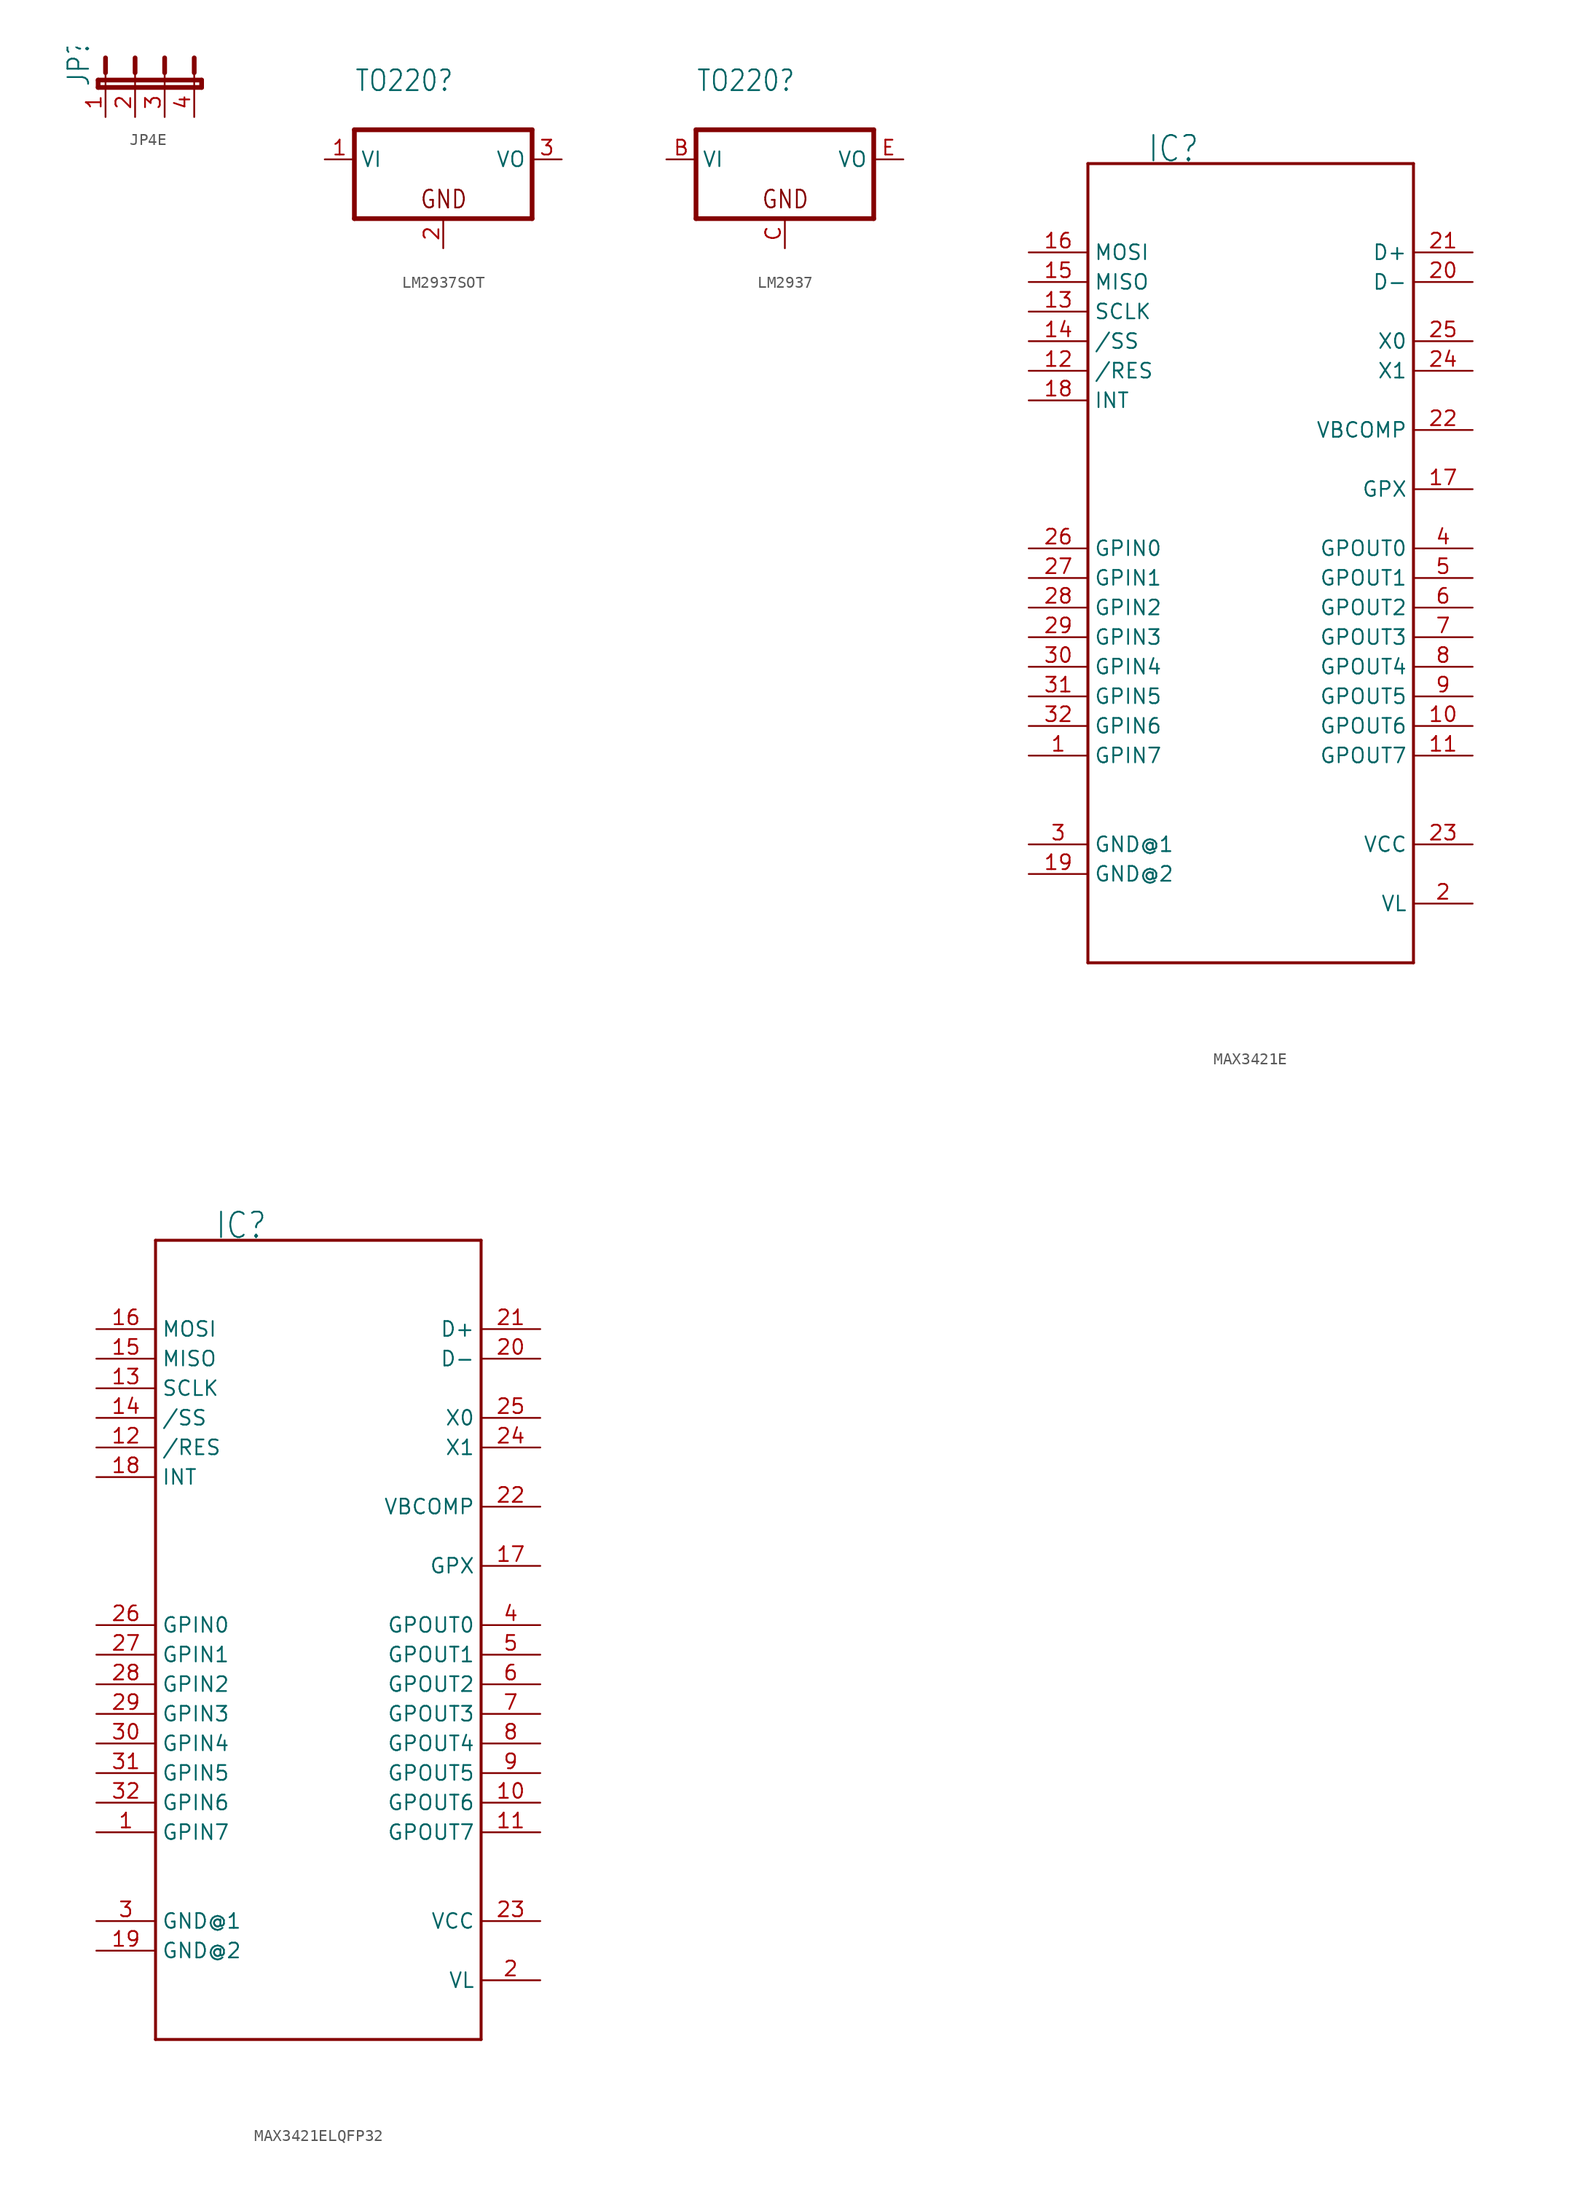
<source format=kicad_sym>
(kicad_symbol_lib
  (version 20220914)
  (generator kicad_symbol_editor)
  (symbol "JP4E"
    (property "Reference" "JP"
      (at -3.81 0 90)
      (effects (font (size 1.778 1.511)) (justify left bottom)))
    (property "Value" ""
      (at 8.255 0 90)
      (effects (font (size 1.778 1.511)) (justify left bottom)))
    (property "ki_locked" ""
      (at 0 0 0)
      (effects (font (size 1.27 1.27))))
    (symbol "JP4E_1_0"
      (polyline (pts (xy -3.175 0) (xy 5.08 0)) (stroke (width 0.406) (type solid)) (fill (type none)))
      (polyline (pts (xy -3.175 0.635) (xy -3.175 0)) (stroke (width 0.406) (type solid)) (fill (type none)))
      (polyline (pts (xy -2.54 0) (xy -2.54 1.27)) (stroke (width 0.152) (type solid)) (fill (type none)))
      (polyline (pts (xy -2.54 2.54) (xy -2.54 1.27)) (stroke (width 0.406) (type solid)) (fill (type none)))
      (polyline (pts (xy 0 0) (xy 0 1.27)) (stroke (width 0.152) (type solid)) (fill (type none)))
      (polyline (pts (xy 0 2.54) (xy 0 1.27)) (stroke (width 0.406) (type solid)) (fill (type none)))
      (polyline (pts (xy 2.54 0) (xy 2.54 1.27)) (stroke (width 0.152) (type solid)) (fill (type none)))
      (polyline (pts (xy 2.54 2.54) (xy 2.54 1.27)) (stroke (width 0.406) (type solid)) (fill (type none)))
      (polyline (pts (xy 5.08 0) (xy 5.08 1.27)) (stroke (width 0.152) (type solid)) (fill (type none)))
      (polyline (pts (xy 5.08 0) (xy 5.715 0)) (stroke (width 0.406) (type solid)) (fill (type none)))
      (polyline (pts (xy 5.08 2.54) (xy 5.08 1.27)) (stroke (width 0.406) (type solid)) (fill (type none)))
      (polyline (pts (xy 5.715 0) (xy 5.715 0.635)) (stroke (width 0.406) (type solid)) (fill (type none)))
      (polyline (pts (xy 5.715 0.635) (xy -3.175 0.635)) (stroke (width 0.406) (type solid)) (fill (type none)))
      (pin passive line (at -2.54 -2.54 90) (length 2.54) (name "1" (effects (font (size 0 0)))) (number "1" (effects (font (size 1.27 1.27)))))
      (pin passive line (at 0 -2.54 90) (length 2.54) (name "2" (effects (font (size 0 0)))) (number "2" (effects (font (size 1.27 1.27)))))
      (pin passive line (at 2.54 -2.54 90) (length 2.54) (name "3" (effects (font (size 0 0)))) (number "3" (effects (font (size 1.27 1.27)))))
      (pin passive line (at 5.08 -2.54 90) (length 2.54) (name "4" (effects (font (size 0 0)))) (number "4" (effects (font (size 1.27 1.27)))))))
  (symbol "LM2937SOT"
    (property "Reference" "TO220"
      (at -7.62 8.255 0)
      (effects (font (size 1.778 1.511)) (justify left bottom)))
    (property "Value" ""
      (at -7.62 5.715 0)
      (effects (font (size 1.778 1.511)) (justify left bottom)))
    (property "ki_locked" ""
      (at 0 0 0)
      (effects (font (size 1.27 1.27))))
    (symbol "LM2937SOT_1_0"
      (polyline (pts (xy -7.62 -2.54) (xy 7.62 -2.54)) (stroke (width 0.406) (type solid)) (fill (type none)))
      (polyline (pts (xy -7.62 5.08) (xy -7.62 -2.54)) (stroke (width 0.406) (type solid)) (fill (type none)))
      (polyline (pts (xy 7.62 -2.54) (xy 7.62 5.08)) (stroke (width 0.406) (type solid)) (fill (type none)))
      (polyline (pts (xy 7.62 5.08) (xy -7.62 5.08)) (stroke (width 0.406) (type solid)) (fill (type none)))
      (text "GND" (at -2.032 -1.778 0) (effects (font (size 1.524 1.295)) (justify left bottom)))
      (pin input line (at -10.16 2.54 0) (length 2.54) (name "VI" (effects (font (size 1.27 1.27)))) (number "1" (effects (font (size 1.27 1.27)))))
      (pin passive line (at 0 -5.08 90) (length 2.54) (name "GND" (effects (font (size 0 0)))) (number "2" (effects (font (size 1.27 1.27)))))
      (pin passive line (at 10.16 2.54 180) (length 2.54) (name "VO" (effects (font (size 1.27 1.27)))) (number "3" (effects (font (size 1.27 1.27)))))))
  (symbol "LM2937"
    (property "Reference" "TO220"
      (at -7.62 8.255 0)
      (effects (font (size 1.778 1.511)) (justify left bottom)))
    (property "Value" ""
      (at -7.62 5.715 0)
      (effects (font (size 1.778 1.511)) (justify left bottom)))
    (property "ki_locked" ""
      (at 0 0 0)
      (effects (font (size 1.27 1.27))))
    (symbol "LM2937_1_0"
      (polyline (pts (xy -7.62 -2.54) (xy 7.62 -2.54)) (stroke (width 0.406) (type solid)) (fill (type none)))
      (polyline (pts (xy -7.62 5.08) (xy -7.62 -2.54)) (stroke (width 0.406) (type solid)) (fill (type none)))
      (polyline (pts (xy 7.62 -2.54) (xy 7.62 5.08)) (stroke (width 0.406) (type solid)) (fill (type none)))
      (polyline (pts (xy 7.62 5.08) (xy -7.62 5.08)) (stroke (width 0.406) (type solid)) (fill (type none)))
      (text "GND" (at -2.032 -1.778 0) (effects (font (size 1.524 1.295)) (justify left bottom)))
      (pin input line (at -10.16 2.54 0) (length 2.54) (name "VI" (effects (font (size 1.27 1.27)))) (number "B" (effects (font (size 1.27 1.27)))))
      (pin passive line (at 0 -5.08 90) (length 2.54) (name "GND" (effects (font (size 0 0)))) (number "C" (effects (font (size 1.27 1.27)))))
      (pin passive line (at 10.16 2.54 180) (length 2.54) (name "VO" (effects (font (size 1.27 1.27)))) (number "E" (effects (font (size 1.27 1.27)))))))
  (symbol "MAX3421E"
    (property "Reference" "IC"
      (at -15.24 22.86 0)
      (effects (font (size 2.184 1.857)) (justify left bottom)))
    (property "Value" ""
      (at -5.08 -17.78 90)
      (effects (font (size 2.184 1.857)) (justify left bottom)))
    (property "ki_locked" ""
      (at 0 0 0)
      (effects (font (size 1.27 1.27))))
    (symbol "MAX3421E_1_0"
      (polyline (pts (xy -20.32 -45.72) (xy -20.32 22.86)) (stroke (width 0.254) (type solid)) (fill (type none)))
      (polyline (pts (xy -20.32 22.86) (xy 7.62 22.86)) (stroke (width 0.254) (type solid)) (fill (type none)))
      (polyline (pts (xy 7.62 -45.72) (xy -20.32 -45.72)) (stroke (width 0.254) (type solid)) (fill (type none)))
      (polyline (pts (xy 7.62 22.86) (xy 7.62 -45.72)) (stroke (width 0.254) (type solid)) (fill (type none)))
      (pin input line (at -25.4 -27.94 0) (length 5.08) (name "GPIN7" (effects (font (size 1.27 1.27)))) (number "1" (effects (font (size 1.27 1.27)))))
      (pin output line (at 12.7 -25.4 180) (length 5.08) (name "GPOUT6" (effects (font (size 1.27 1.27)))) (number "10" (effects (font (size 1.27 1.27)))))
      (pin output line (at 12.7 -27.94 180) (length 5.08) (name "GPOUT7" (effects (font (size 1.27 1.27)))) (number "11" (effects (font (size 1.27 1.27)))))
      (pin input line (at -25.4 5.08 0) (length 5.08) (name "/RES" (effects (font (size 1.27 1.27)))) (number "12" (effects (font (size 1.27 1.27)))))
      (pin input line (at -25.4 10.16 0) (length 5.08) (name "SCLK" (effects (font (size 1.27 1.27)))) (number "13" (effects (font (size 1.27 1.27)))))
      (pin input line (at -25.4 7.62 0) (length 5.08) (name "/SS" (effects (font (size 1.27 1.27)))) (number "14" (effects (font (size 1.27 1.27)))))
      (pin output line (at -25.4 12.7 0) (length 5.08) (name "MISO" (effects (font (size 1.27 1.27)))) (number "15" (effects (font (size 1.27 1.27)))))
      (pin input line (at -25.4 15.24 0) (length 5.08) (name "MOSI" (effects (font (size 1.27 1.27)))) (number "16" (effects (font (size 1.27 1.27)))))
      (pin bidirectional line (at 12.7 -5.08 180) (length 5.08) (name "GPX" (effects (font (size 1.27 1.27)))) (number "17" (effects (font (size 1.27 1.27)))))
      (pin output line (at -25.4 2.54 0) (length 5.08) (name "INT" (effects (font (size 1.27 1.27)))) (number "18" (effects (font (size 1.27 1.27)))))
      (pin power_in line (at -25.4 -38.1 0) (length 5.08) (name "GND@2" (effects (font (size 1.27 1.27)))) (number "19" (effects (font (size 1.27 1.27)))))
      (pin power_in line (at 12.7 -40.64 180) (length 5.08) (name "VL" (effects (font (size 1.27 1.27)))) (number "2" (effects (font (size 1.27 1.27)))))
      (pin bidirectional line (at 12.7 12.7 180) (length 5.08) (name "D-" (effects (font (size 1.27 1.27)))) (number "20" (effects (font (size 1.27 1.27)))))
      (pin bidirectional line (at 12.7 15.24 180) (length 5.08) (name "D+" (effects (font (size 1.27 1.27)))) (number "21" (effects (font (size 1.27 1.27)))))
      (pin bidirectional line (at 12.7 0 180) (length 5.08) (name "VBCOMP" (effects (font (size 1.27 1.27)))) (number "22" (effects (font (size 1.27 1.27)))))
      (pin power_in line (at 12.7 -35.56 180) (length 5.08) (name "VCC" (effects (font (size 1.27 1.27)))) (number "23" (effects (font (size 1.27 1.27)))))
      (pin bidirectional line (at 12.7 5.08 180) (length 5.08) (name "X1" (effects (font (size 1.27 1.27)))) (number "24" (effects (font (size 1.27 1.27)))))
      (pin bidirectional line (at 12.7 7.62 180) (length 5.08) (name "X0" (effects (font (size 1.27 1.27)))) (number "25" (effects (font (size 1.27 1.27)))))
      (pin input line (at -25.4 -10.16 0) (length 5.08) (name "GPIN0" (effects (font (size 1.27 1.27)))) (number "26" (effects (font (size 1.27 1.27)))))
      (pin input line (at -25.4 -12.7 0) (length 5.08) (name "GPIN1" (effects (font (size 1.27 1.27)))) (number "27" (effects (font (size 1.27 1.27)))))
      (pin input line (at -25.4 -15.24 0) (length 5.08) (name "GPIN2" (effects (font (size 1.27 1.27)))) (number "28" (effects (font (size 1.27 1.27)))))
      (pin input line (at -25.4 -17.78 0) (length 5.08) (name "GPIN3" (effects (font (size 1.27 1.27)))) (number "29" (effects (font (size 1.27 1.27)))))
      (pin power_in line (at -25.4 -35.56 0) (length 5.08) (name "GND@1" (effects (font (size 1.27 1.27)))) (number "3" (effects (font (size 1.27 1.27)))))
      (pin input line (at -25.4 -20.32 0) (length 5.08) (name "GPIN4" (effects (font (size 1.27 1.27)))) (number "30" (effects (font (size 1.27 1.27)))))
      (pin input line (at -25.4 -22.86 0) (length 5.08) (name "GPIN5" (effects (font (size 1.27 1.27)))) (number "31" (effects (font (size 1.27 1.27)))))
      (pin input line (at -25.4 -25.4 0) (length 5.08) (name "GPIN6" (effects (font (size 1.27 1.27)))) (number "32" (effects (font (size 1.27 1.27)))))
      (pin output line (at 12.7 -10.16 180) (length 5.08) (name "GPOUT0" (effects (font (size 1.27 1.27)))) (number "4" (effects (font (size 1.27 1.27)))))
      (pin output line (at 12.7 -12.7 180) (length 5.08) (name "GPOUT1" (effects (font (size 1.27 1.27)))) (number "5" (effects (font (size 1.27 1.27)))))
      (pin output line (at 12.7 -15.24 180) (length 5.08) (name "GPOUT2" (effects (font (size 1.27 1.27)))) (number "6" (effects (font (size 1.27 1.27)))))
      (pin output line (at 12.7 -17.78 180) (length 5.08) (name "GPOUT3" (effects (font (size 1.27 1.27)))) (number "7" (effects (font (size 1.27 1.27)))))
      (pin output line (at 12.7 -20.32 180) (length 5.08) (name "GPOUT4" (effects (font (size 1.27 1.27)))) (number "8" (effects (font (size 1.27 1.27)))))
      (pin output line (at 12.7 -22.86 180) (length 5.08) (name "GPOUT5" (effects (font (size 1.27 1.27)))) (number "9" (effects (font (size 1.27 1.27)))))))
  (symbol "MAX3421ELQFP32"
    (property "Reference" "IC"
      (at -15.24 22.86 0)
      (effects (font (size 2.184 1.857)) (justify left bottom)))
    (property "Value" ""
      (at -5.08 -17.78 90)
      (effects (font (size 2.184 1.857)) (justify left bottom)))
    (property "ki_locked" ""
      (at 0 0 0)
      (effects (font (size 1.27 1.27))))
    (symbol "MAX3421ELQFP32_1_0"
      (polyline (pts (xy -20.32 -45.72) (xy -20.32 22.86)) (stroke (width 0.254) (type solid)) (fill (type none)))
      (polyline (pts (xy -20.32 22.86) (xy 7.62 22.86)) (stroke (width 0.254) (type solid)) (fill (type none)))
      (polyline (pts (xy 7.62 -45.72) (xy -20.32 -45.72)) (stroke (width 0.254) (type solid)) (fill (type none)))
      (polyline (pts (xy 7.62 22.86) (xy 7.62 -45.72)) (stroke (width 0.254) (type solid)) (fill (type none)))
      (pin input line (at -25.4 -27.94 0) (length 5.08) (name "GPIN7" (effects (font (size 1.27 1.27)))) (number "1" (effects (font (size 1.27 1.27)))))
      (pin output line (at 12.7 -25.4 180) (length 5.08) (name "GPOUT6" (effects (font (size 1.27 1.27)))) (number "10" (effects (font (size 1.27 1.27)))))
      (pin output line (at 12.7 -27.94 180) (length 5.08) (name "GPOUT7" (effects (font (size 1.27 1.27)))) (number "11" (effects (font (size 1.27 1.27)))))
      (pin input line (at -25.4 5.08 0) (length 5.08) (name "/RES" (effects (font (size 1.27 1.27)))) (number "12" (effects (font (size 1.27 1.27)))))
      (pin input line (at -25.4 10.16 0) (length 5.08) (name "SCLK" (effects (font (size 1.27 1.27)))) (number "13" (effects (font (size 1.27 1.27)))))
      (pin input line (at -25.4 7.62 0) (length 5.08) (name "/SS" (effects (font (size 1.27 1.27)))) (number "14" (effects (font (size 1.27 1.27)))))
      (pin output line (at -25.4 12.7 0) (length 5.08) (name "MISO" (effects (font (size 1.27 1.27)))) (number "15" (effects (font (size 1.27 1.27)))))
      (pin input line (at -25.4 15.24 0) (length 5.08) (name "MOSI" (effects (font (size 1.27 1.27)))) (number "16" (effects (font (size 1.27 1.27)))))
      (pin bidirectional line (at 12.7 -5.08 180) (length 5.08) (name "GPX" (effects (font (size 1.27 1.27)))) (number "17" (effects (font (size 1.27 1.27)))))
      (pin output line (at -25.4 2.54 0) (length 5.08) (name "INT" (effects (font (size 1.27 1.27)))) (number "18" (effects (font (size 1.27 1.27)))))
      (pin power_in line (at -25.4 -38.1 0) (length 5.08) (name "GND@2" (effects (font (size 1.27 1.27)))) (number "19" (effects (font (size 1.27 1.27)))))
      (pin power_in line (at 12.7 -40.64 180) (length 5.08) (name "VL" (effects (font (size 1.27 1.27)))) (number "2" (effects (font (size 1.27 1.27)))))
      (pin bidirectional line (at 12.7 12.7 180) (length 5.08) (name "D-" (effects (font (size 1.27 1.27)))) (number "20" (effects (font (size 1.27 1.27)))))
      (pin bidirectional line (at 12.7 15.24 180) (length 5.08) (name "D+" (effects (font (size 1.27 1.27)))) (number "21" (effects (font (size 1.27 1.27)))))
      (pin bidirectional line (at 12.7 0 180) (length 5.08) (name "VBCOMP" (effects (font (size 1.27 1.27)))) (number "22" (effects (font (size 1.27 1.27)))))
      (pin power_in line (at 12.7 -35.56 180) (length 5.08) (name "VCC" (effects (font (size 1.27 1.27)))) (number "23" (effects (font (size 1.27 1.27)))))
      (pin bidirectional line (at 12.7 5.08 180) (length 5.08) (name "X1" (effects (font (size 1.27 1.27)))) (number "24" (effects (font (size 1.27 1.27)))))
      (pin bidirectional line (at 12.7 7.62 180) (length 5.08) (name "X0" (effects (font (size 1.27 1.27)))) (number "25" (effects (font (size 1.27 1.27)))))
      (pin input line (at -25.4 -10.16 0) (length 5.08) (name "GPIN0" (effects (font (size 1.27 1.27)))) (number "26" (effects (font (size 1.27 1.27)))))
      (pin input line (at -25.4 -12.7 0) (length 5.08) (name "GPIN1" (effects (font (size 1.27 1.27)))) (number "27" (effects (font (size 1.27 1.27)))))
      (pin input line (at -25.4 -15.24 0) (length 5.08) (name "GPIN2" (effects (font (size 1.27 1.27)))) (number "28" (effects (font (size 1.27 1.27)))))
      (pin input line (at -25.4 -17.78 0) (length 5.08) (name "GPIN3" (effects (font (size 1.27 1.27)))) (number "29" (effects (font (size 1.27 1.27)))))
      (pin power_in line (at -25.4 -35.56 0) (length 5.08) (name "GND@1" (effects (font (size 1.27 1.27)))) (number "3" (effects (font (size 1.27 1.27)))))
      (pin input line (at -25.4 -20.32 0) (length 5.08) (name "GPIN4" (effects (font (size 1.27 1.27)))) (number "30" (effects (font (size 1.27 1.27)))))
      (pin input line (at -25.4 -22.86 0) (length 5.08) (name "GPIN5" (effects (font (size 1.27 1.27)))) (number "31" (effects (font (size 1.27 1.27)))))
      (pin input line (at -25.4 -25.4 0) (length 5.08) (name "GPIN6" (effects (font (size 1.27 1.27)))) (number "32" (effects (font (size 1.27 1.27)))))
      (pin output line (at 12.7 -10.16 180) (length 5.08) (name "GPOUT0" (effects (font (size 1.27 1.27)))) (number "4" (effects (font (size 1.27 1.27)))))
      (pin output line (at 12.7 -12.7 180) (length 5.08) (name "GPOUT1" (effects (font (size 1.27 1.27)))) (number "5" (effects (font (size 1.27 1.27)))))
      (pin output line (at 12.7 -15.24 180) (length 5.08) (name "GPOUT2" (effects (font (size 1.27 1.27)))) (number "6" (effects (font (size 1.27 1.27)))))
      (pin output line (at 12.7 -17.78 180) (length 5.08) (name "GPOUT3" (effects (font (size 1.27 1.27)))) (number "7" (effects (font (size 1.27 1.27)))))
      (pin output line (at 12.7 -20.32 180) (length 5.08) (name "GPOUT4" (effects (font (size 1.27 1.27)))) (number "8" (effects (font (size 1.27 1.27)))))
      (pin output line (at 12.7 -22.86 180) (length 5.08) (name "GPOUT5" (effects (font (size 1.27 1.27)))) (number "9" (effects (font (size 1.27 1.27))))))))
</source>
